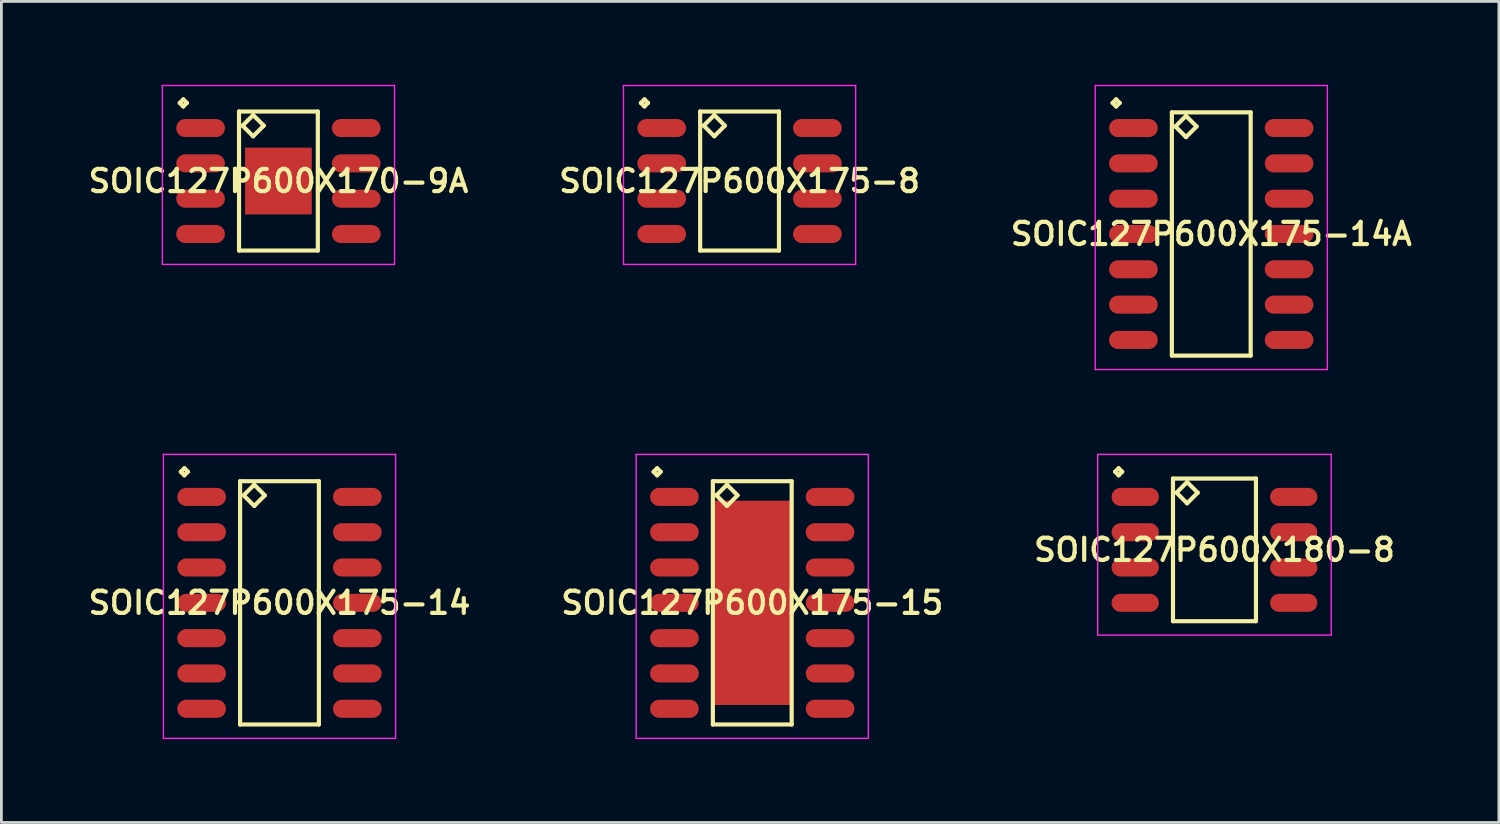
<source format=kicad_pcb>
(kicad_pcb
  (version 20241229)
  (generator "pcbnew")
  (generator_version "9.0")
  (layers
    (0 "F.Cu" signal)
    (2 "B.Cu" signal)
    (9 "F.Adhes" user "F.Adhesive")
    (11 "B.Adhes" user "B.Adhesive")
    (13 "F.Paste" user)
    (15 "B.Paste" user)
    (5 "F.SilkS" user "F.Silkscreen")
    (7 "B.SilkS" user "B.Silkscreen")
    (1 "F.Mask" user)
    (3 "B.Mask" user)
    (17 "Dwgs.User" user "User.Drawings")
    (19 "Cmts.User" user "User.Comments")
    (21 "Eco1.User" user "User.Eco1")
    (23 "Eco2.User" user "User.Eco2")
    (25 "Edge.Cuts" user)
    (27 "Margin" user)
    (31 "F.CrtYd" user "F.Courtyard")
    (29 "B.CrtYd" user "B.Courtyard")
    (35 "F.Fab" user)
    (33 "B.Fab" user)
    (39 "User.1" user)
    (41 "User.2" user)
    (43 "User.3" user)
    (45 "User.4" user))
  (footprint "SOIC127P600X170-9A"
    (layer "F.Cu")
    (at 6.964 3.461)
    (property "Reference" "SOIC127P600X170-9A" (at 0 0 0) (layer "F.SilkS") (effects (font (size 0.8 0.8) (thickness 0.15))))
    (attr smd)
    (fp_line (start -3.548 -2.809) (end -3.421 -2.936) (stroke (width 0.15) (type solid)) (layer "F.SilkS"))
    (fp_line (start -3.421 -2.936) (end -3.294 -2.809) (stroke (width 0.15) (type solid)) (layer "F.SilkS"))
    (fp_line (start -3.421 -2.682) (end -3.548 -2.809) (stroke (width 0.15) (type solid)) (layer "F.SilkS"))
    (fp_line (start -3.294 -2.809) (end -3.421 -2.682) (stroke (width 0.15) (type solid)) (layer "F.SilkS"))
    (fp_line (start -1.417 -2.5) (end -1.417 2.5) (stroke (width 0.15) (type solid)) (layer "F.SilkS"))
    (fp_line (start -1.417 2.5) (end 1.417 2.5) (stroke (width 0.15) (type solid)) (layer "F.SilkS"))
    (fp_line (start -1.29 -1.992) (end -0.909 -2.373) (stroke (width 0.15) (type solid)) (layer "F.SilkS"))
    (fp_line (start -0.909 -2.373) (end -0.528 -1.992) (stroke (width 0.15) (type solid)) (layer "F.SilkS"))
    (fp_line (start -0.909 -1.611) (end -1.29 -1.992) (stroke (width 0.15) (type solid)) (layer "F.SilkS"))
    (fp_line (start -0.528 -1.992) (end -0.909 -1.611) (stroke (width 0.15) (type solid)) (layer "F.SilkS"))
    (fp_line (start 1.417 -2.5) (end -1.417 -2.5) (stroke (width 0.15) (type solid)) (layer "F.SilkS"))
    (fp_line (start 1.417 2.5) (end 1.417 -2.5) (stroke (width 0.15) (type solid)) (layer "F.SilkS"))
    (fp_line (start -4.175 -3.436) (end 4.175 -3.436) (stroke (width 0.05) (type solid)) (layer "F.CrtYd"))
    (fp_line (start -4.175 3) (end -4.175 -3.436) (stroke (width 0.05) (type solid)) (layer "F.CrtYd"))
    (fp_line (start 4.175 -3.436) (end 4.175 3) (stroke (width 0.05) (type solid)) (layer "F.CrtYd"))
    (fp_line (start 4.175 3) (end -4.175 3) (stroke (width 0.05) (type solid)) (layer "F.CrtYd"))
    (pad "1" smd oval (at -2.8 -1.905) (size 1.75 0.65) (layers "F.Cu" "F.Mask" "F.Paste"))
    (pad "2" smd oval (at -2.8 -0.635) (size 1.75 0.65) (layers "F.Cu" "F.Mask" "F.Paste"))
    (pad "3" smd oval (at -2.8 0.635) (size 1.75 0.65) (layers "F.Cu" "F.Mask" "F.Paste"))
    (pad "4" smd oval (at -2.8 1.905) (size 1.75 0.65) (layers "F.Cu" "F.Mask" "F.Paste"))
    (pad "5" smd oval (at 2.8 1.905) (size 1.75 0.65) (layers "F.Cu" "F.Mask" "F.Paste"))
    (pad "6" smd oval (at 2.8 0.635) (size 1.75 0.65) (layers "F.Cu" "F.Mask" "F.Paste"))
    (pad "7" smd oval (at 2.8 -0.635) (size 1.75 0.65) (layers "F.Cu" "F.Mask" "F.Paste"))
    (pad "8" smd oval (at 2.8 -1.905) (size 1.75 0.65) (layers "F.Cu" "F.Mask" "F.Paste"))
    (pad "9" smd rect (at 0 0) (size 2.4 2.4) (layers "F.Cu" "F.Mask" "F.Paste")))
  (footprint "SOIC127P600X180-8"
    (layer "F.Cu")
    (at 40.63 16.727)
    (property "Reference" "SOIC127P600X180-8" (at 0 0 0) (layer "F.SilkS") (effects (font (size 0.8 0.8) (thickness 0.15))))
    (attr smd)
    (fp_line (start -3.573 -2.809) (end -3.446 -2.936) (stroke (width 0.15) (type solid)) (layer "F.SilkS"))
    (fp_line (start -3.446 -2.936) (end -3.319 -2.809) (stroke (width 0.15) (type solid)) (layer "F.SilkS"))
    (fp_line (start -3.446 -2.682) (end -3.573 -2.809) (stroke (width 0.15) (type solid)) (layer "F.SilkS"))
    (fp_line (start -3.319 -2.809) (end -3.446 -2.682) (stroke (width 0.15) (type solid)) (layer "F.SilkS"))
    (fp_line (start -1.492 -2.565) (end -1.492 2.565) (stroke (width 0.15) (type solid)) (layer "F.SilkS"))
    (fp_line (start -1.492 2.565) (end 1.492 2.565) (stroke (width 0.15) (type solid)) (layer "F.SilkS"))
    (fp_line (start -1.365 -2.057) (end -0.984 -2.438) (stroke (width 0.15) (type solid)) (layer "F.SilkS"))
    (fp_line (start -0.984 -2.438) (end -0.603 -2.057) (stroke (width 0.15) (type solid)) (layer "F.SilkS"))
    (fp_line (start -0.984 -1.676) (end -1.365 -2.057) (stroke (width 0.15) (type solid)) (layer "F.SilkS"))
    (fp_line (start -0.603 -2.057) (end -0.984 -1.676) (stroke (width 0.15) (type solid)) (layer "F.SilkS"))
    (fp_line (start 1.492 -2.565) (end -1.492 -2.565) (stroke (width 0.15) (type solid)) (layer "F.SilkS"))
    (fp_line (start 1.492 2.565) (end 1.492 -2.565) (stroke (width 0.15) (type solid)) (layer "F.SilkS"))
    (fp_line (start -4.2 -3.436) (end 4.2 -3.436) (stroke (width 0.05) (type solid)) (layer "F.CrtYd"))
    (fp_line (start -4.2 3.065) (end -4.2 -3.436) (stroke (width 0.05) (type solid)) (layer "F.CrtYd"))
    (fp_line (start 4.2 -3.436) (end 4.2 3.065) (stroke (width 0.05) (type solid)) (layer "F.CrtYd"))
    (fp_line (start 4.2 3.065) (end -4.2 3.065) (stroke (width 0.05) (type solid)) (layer "F.CrtYd"))
    (pad "1" smd oval (at -2.85 -1.905) (size 1.7 0.65) (layers "F.Cu" "F.Mask" "F.Paste"))
    (pad "2" smd oval (at -2.85 -0.635) (size 1.7 0.65) (layers "F.Cu" "F.Mask" "F.Paste"))
    (pad "3" smd oval (at -2.85 0.635) (size 1.7 0.65) (layers "F.Cu" "F.Mask" "F.Paste"))
    (pad "4" smd oval (at -2.85 1.905) (size 1.7 0.65) (layers "F.Cu" "F.Mask" "F.Paste"))
    (pad "5" smd oval (at 2.85 1.905) (size 1.7 0.65) (layers "F.Cu" "F.Mask" "F.Paste"))
    (pad "6" smd oval (at 2.85 0.635) (size 1.7 0.65) (layers "F.Cu" "F.Mask" "F.Paste"))
    (pad "7" smd oval (at 2.85 -0.635) (size 1.7 0.65) (layers "F.Cu" "F.Mask" "F.Paste"))
    (pad "8" smd oval (at 2.85 -1.905) (size 1.7 0.65) (layers "F.Cu" "F.Mask" "F.Paste")))
  (footprint "SOIC127P600X175-14"
    (layer "F.Cu")
    (at 7.002 18.632)
    (property "Reference" "SOIC127P600X175-14" (at 0 0 0) (layer "F.SilkS") (effects (font (size 0.8 0.8) (thickness 0.15))))
    (attr smd)
    (fp_line (start -3.548 -4.714) (end -3.421 -4.841) (stroke (width 0.15) (type solid)) (layer "F.SilkS"))
    (fp_line (start -3.421 -4.841) (end -3.294 -4.714) (stroke (width 0.15) (type solid)) (layer "F.SilkS"))
    (fp_line (start -3.421 -4.587) (end -3.548 -4.714) (stroke (width 0.15) (type solid)) (layer "F.SilkS"))
    (fp_line (start -3.294 -4.714) (end -3.421 -4.587) (stroke (width 0.15) (type solid)) (layer "F.SilkS"))
    (fp_line (start -1.417 -4.375) (end -1.417 4.375) (stroke (width 0.15) (type solid)) (layer "F.SilkS"))
    (fp_line (start -1.417 4.375) (end 1.417 4.375) (stroke (width 0.15) (type solid)) (layer "F.SilkS"))
    (fp_line (start -1.29 -3.867) (end -0.909 -4.248) (stroke (width 0.15) (type solid)) (layer "F.SilkS"))
    (fp_line (start -0.909 -4.248) (end -0.528 -3.867) (stroke (width 0.15) (type solid)) (layer "F.SilkS"))
    (fp_line (start -0.909 -3.486) (end -1.29 -3.867) (stroke (width 0.15) (type solid)) (layer "F.SilkS"))
    (fp_line (start -0.528 -3.867) (end -0.909 -3.486) (stroke (width 0.15) (type solid)) (layer "F.SilkS"))
    (fp_line (start 1.417 -4.375) (end -1.417 -4.375) (stroke (width 0.15) (type solid)) (layer "F.SilkS"))
    (fp_line (start 1.417 4.375) (end 1.417 -4.375) (stroke (width 0.15) (type solid)) (layer "F.SilkS"))
    (fp_line (start -4.175 -5.341) (end 4.175 -5.341) (stroke (width 0.05) (type solid)) (layer "F.CrtYd"))
    (fp_line (start -4.175 4.875) (end -4.175 -5.341) (stroke (width 0.05) (type solid)) (layer "F.CrtYd"))
    (fp_line (start 4.175 -5.341) (end 4.175 4.875) (stroke (width 0.05) (type solid)) (layer "F.CrtYd"))
    (fp_line (start 4.175 4.875) (end -4.175 4.875) (stroke (width 0.05) (type solid)) (layer "F.CrtYd"))
    (pad "1" smd oval (at -2.8 -3.81) (size 1.75 0.65) (layers "F.Cu" "F.Mask" "F.Paste"))
    (pad "2" smd oval (at -2.8 -2.54) (size 1.75 0.65) (layers "F.Cu" "F.Mask" "F.Paste"))
    (pad "3" smd oval (at -2.8 -1.27) (size 1.75 0.65) (layers "F.Cu" "F.Mask" "F.Paste"))
    (pad "4" smd oval (at -2.8 0) (size 1.75 0.65) (layers "F.Cu" "F.Mask" "F.Paste"))
    (pad "5" smd oval (at -2.8 1.27) (size 1.75 0.65) (layers "F.Cu" "F.Mask" "F.Paste"))
    (pad "6" smd oval (at -2.8 2.54) (size 1.75 0.65) (layers "F.Cu" "F.Mask" "F.Paste"))
    (pad "7" smd oval (at -2.8 3.81) (size 1.75 0.65) (layers "F.Cu" "F.Mask" "F.Paste"))
    (pad "8" smd oval (at 2.8 3.81) (size 1.75 0.65) (layers "F.Cu" "F.Mask" "F.Paste"))
    (pad "9" smd oval (at 2.8 2.54) (size 1.75 0.65) (layers "F.Cu" "F.Mask" "F.Paste"))
    (pad "10" smd oval (at 2.8 1.27) (size 1.75 0.65) (layers "F.Cu" "F.Mask" "F.Paste"))
    (pad "11" smd oval (at 2.8 0) (size 1.75 0.65) (layers "F.Cu" "F.Mask" "F.Paste"))
    (pad "12" smd oval (at 2.8 -1.27) (size 1.75 0.65) (layers "F.Cu" "F.Mask" "F.Paste"))
    (pad "13" smd oval (at 2.8 -2.54) (size 1.75 0.65) (layers "F.Cu" "F.Mask" "F.Paste"))
    (pad "14" smd oval (at 2.8 -3.81) (size 1.75 0.65) (layers "F.Cu" "F.Mask" "F.Paste")))
  (footprint "SOIC127P600X175-14A"
    (layer "F.Cu")
    (at 40.515 5.366)
    (property "Reference" "SOIC127P600X175-14A" (at 0 0 0) (layer "F.SilkS") (effects (font (size 0.8 0.8) (thickness 0.15))))
    (attr smd)
    (fp_line (start -3.548 -4.714) (end -3.421 -4.841) (stroke (width 0.15) (type solid)) (layer "F.SilkS"))
    (fp_line (start -3.421 -4.841) (end -3.294 -4.714) (stroke (width 0.15) (type solid)) (layer "F.SilkS"))
    (fp_line (start -3.421 -4.587) (end -3.548 -4.714) (stroke (width 0.15) (type solid)) (layer "F.SilkS"))
    (fp_line (start -3.294 -4.714) (end -3.421 -4.587) (stroke (width 0.15) (type solid)) (layer "F.SilkS"))
    (fp_line (start -1.417 -4.375) (end -1.417 4.375) (stroke (width 0.15) (type solid)) (layer "F.SilkS"))
    (fp_line (start -1.417 4.375) (end 1.417 4.375) (stroke (width 0.15) (type solid)) (layer "F.SilkS"))
    (fp_line (start -1.29 -3.867) (end -0.909 -4.248) (stroke (width 0.15) (type solid)) (layer "F.SilkS"))
    (fp_line (start -0.909 -4.248) (end -0.528 -3.867) (stroke (width 0.15) (type solid)) (layer "F.SilkS"))
    (fp_line (start -0.909 -3.486) (end -1.29 -3.867) (stroke (width 0.15) (type solid)) (layer "F.SilkS"))
    (fp_line (start -0.528 -3.867) (end -0.909 -3.486) (stroke (width 0.15) (type solid)) (layer "F.SilkS"))
    (fp_line (start 1.417 -4.375) (end -1.417 -4.375) (stroke (width 0.15) (type solid)) (layer "F.SilkS"))
    (fp_line (start 1.417 4.375) (end 1.417 -4.375) (stroke (width 0.15) (type solid)) (layer "F.SilkS"))
    (fp_line (start -4.175 -5.341) (end 4.175 -5.341) (stroke (width 0.05) (type solid)) (layer "F.CrtYd"))
    (fp_line (start -4.175 4.875) (end -4.175 -5.341) (stroke (width 0.05) (type solid)) (layer "F.CrtYd"))
    (fp_line (start 4.175 -5.341) (end 4.175 4.875) (stroke (width 0.05) (type solid)) (layer "F.CrtYd"))
    (fp_line (start 4.175 4.875) (end -4.175 4.875) (stroke (width 0.05) (type solid)) (layer "F.CrtYd"))
    (pad "1" smd oval (at -2.8 -3.81) (size 1.75 0.65) (layers "F.Cu" "F.Mask" "F.Paste"))
    (pad "2" smd oval (at -2.8 -2.54) (size 1.75 0.65) (layers "F.Cu" "F.Mask" "F.Paste"))
    (pad "3" smd oval (at -2.8 -1.27) (size 1.75 0.65) (layers "F.Cu" "F.Mask" "F.Paste"))
    (pad "4" smd oval (at -2.8 0) (size 1.75 0.65) (layers "F.Cu" "F.Mask" "F.Paste"))
    (pad "5" smd oval (at -2.8 1.27) (size 1.75 0.65) (layers "F.Cu" "F.Mask" "F.Paste"))
    (pad "6" smd oval (at -2.8 2.54) (size 1.75 0.65) (layers "F.Cu" "F.Mask" "F.Paste"))
    (pad "7" smd oval (at -2.8 3.81) (size 1.75 0.65) (layers "F.Cu" "F.Mask" "F.Paste"))
    (pad "8" smd oval (at 2.8 3.81) (size 1.75 0.65) (layers "F.Cu" "F.Mask" "F.Paste"))
    (pad "9" smd oval (at 2.8 2.54) (size 1.75 0.65) (layers "F.Cu" "F.Mask" "F.Paste"))
    (pad "10" smd oval (at 2.8 1.27) (size 1.75 0.65) (layers "F.Cu" "F.Mask" "F.Paste"))
    (pad "11" smd oval (at 2.8 0) (size 1.75 0.65) (layers "F.Cu" "F.Mask" "F.Paste"))
    (pad "12" smd oval (at 2.8 -1.27) (size 1.75 0.65) (layers "F.Cu" "F.Mask" "F.Paste"))
    (pad "13" smd oval (at 2.8 -2.54) (size 1.75 0.65) (layers "F.Cu" "F.Mask" "F.Paste"))
    (pad "14" smd oval (at 2.8 -3.81) (size 1.75 0.65) (layers "F.Cu" "F.Mask" "F.Paste")))
  (footprint "SOIC127P600X175-15"
    (layer "F.Cu")
    (at 24.006 18.632)
    (property "Reference" "SOIC127P600X175-15" (at 0 0 0) (layer "F.SilkS") (effects (font (size 0.8 0.8) (thickness 0.15))))
    (attr smd)
    (fp_line (start -3.548 -4.714) (end -3.421 -4.841) (stroke (width 0.15) (type solid)) (layer "F.SilkS"))
    (fp_line (start -3.421 -4.841) (end -3.294 -4.714) (stroke (width 0.15) (type solid)) (layer "F.SilkS"))
    (fp_line (start -3.421 -4.587) (end -3.548 -4.714) (stroke (width 0.15) (type solid)) (layer "F.SilkS"))
    (fp_line (start -3.294 -4.714) (end -3.421 -4.587) (stroke (width 0.15) (type solid)) (layer "F.SilkS"))
    (fp_line (start -1.417 -4.375) (end -1.417 4.375) (stroke (width 0.15) (type solid)) (layer "F.SilkS"))
    (fp_line (start -1.417 4.375) (end 1.417 4.375) (stroke (width 0.15) (type solid)) (layer "F.SilkS"))
    (fp_line (start -1.29 -3.867) (end -0.909 -4.248) (stroke (width 0.15) (type solid)) (layer "F.SilkS"))
    (fp_line (start -0.909 -4.248) (end -0.528 -3.867) (stroke (width 0.15) (type solid)) (layer "F.SilkS"))
    (fp_line (start -0.909 -3.486) (end -1.29 -3.867) (stroke (width 0.15) (type solid)) (layer "F.SilkS"))
    (fp_line (start -0.528 -3.867) (end -0.909 -3.486) (stroke (width 0.15) (type solid)) (layer "F.SilkS"))
    (fp_line (start 1.417 -4.375) (end -1.417 -4.375) (stroke (width 0.15) (type solid)) (layer "F.SilkS"))
    (fp_line (start 1.417 4.375) (end 1.417 -4.375) (stroke (width 0.15) (type solid)) (layer "F.SilkS"))
    (fp_line (start -4.175 -5.341) (end 4.175 -5.341) (stroke (width 0.05) (type solid)) (layer "F.CrtYd"))
    (fp_line (start -4.175 4.875) (end -4.175 -5.341) (stroke (width 0.05) (type solid)) (layer "F.CrtYd"))
    (fp_line (start 4.175 -5.341) (end 4.175 4.875) (stroke (width 0.05) (type solid)) (layer "F.CrtYd"))
    (fp_line (start 4.175 4.875) (end -4.175 4.875) (stroke (width 0.05) (type solid)) (layer "F.CrtYd"))
    (pad "1" smd oval (at -2.8 -3.81) (size 1.75 0.65) (layers "F.Cu" "F.Mask" "F.Paste"))
    (pad "2" smd oval (at -2.8 -2.54) (size 1.75 0.65) (layers "F.Cu" "F.Mask" "F.Paste"))
    (pad "3" smd oval (at -2.8 -1.27) (size 1.75 0.65) (layers "F.Cu" "F.Mask" "F.Paste"))
    (pad "4" smd oval (at -2.8 0) (size 1.75 0.65) (layers "F.Cu" "F.Mask" "F.Paste"))
    (pad "5" smd oval (at -2.8 1.27) (size 1.75 0.65) (layers "F.Cu" "F.Mask" "F.Paste"))
    (pad "6" smd oval (at -2.8 2.54) (size 1.75 0.65) (layers "F.Cu" "F.Mask" "F.Paste"))
    (pad "7" smd oval (at -2.8 3.81) (size 1.75 0.65) (layers "F.Cu" "F.Mask" "F.Paste"))
    (pad "8" smd oval (at 2.8 3.81) (size 1.75 0.65) (layers "F.Cu" "F.Mask" "F.Paste"))
    (pad "9" smd oval (at 2.8 2.54) (size 1.75 0.65) (layers "F.Cu" "F.Mask" "F.Paste"))
    (pad "10" smd oval (at 2.8 1.27) (size 1.75 0.65) (layers "F.Cu" "F.Mask" "F.Paste"))
    (pad "11" smd oval (at 2.8 0) (size 1.75 0.65) (layers "F.Cu" "F.Mask" "F.Paste"))
    (pad "12" smd oval (at 2.8 -1.27) (size 1.75 0.65) (layers "F.Cu" "F.Mask" "F.Paste"))
    (pad "13" smd oval (at 2.8 -2.54) (size 1.75 0.65) (layers "F.Cu" "F.Mask" "F.Paste"))
    (pad "14" smd oval (at 2.8 -3.81) (size 1.75 0.65) (layers "F.Cu" "F.Mask" "F.Paste"))
    (pad "15" smd rect (at 0 0) (size 2.75 7.35) (layers "F.Cu" "F.Mask" "F.Paste")))
  (footprint "SOIC127P600X175-8"
    (layer "F.Cu")
    (at 23.549 3.461)
    (property "Reference" "SOIC127P600X175-8" (at 0 0 0) (layer "F.SilkS") (effects (font (size 0.8 0.8) (thickness 0.15))))
    (attr smd)
    (fp_line (start -3.548 -2.809) (end -3.421 -2.936) (stroke (width 0.15) (type solid)) (layer "F.SilkS"))
    (fp_line (start -3.421 -2.936) (end -3.294 -2.809) (stroke (width 0.15) (type solid)) (layer "F.SilkS"))
    (fp_line (start -3.421 -2.682) (end -3.548 -2.809) (stroke (width 0.15) (type solid)) (layer "F.SilkS"))
    (fp_line (start -3.294 -2.809) (end -3.421 -2.682) (stroke (width 0.15) (type solid)) (layer "F.SilkS"))
    (fp_line (start -1.417 -2.5) (end -1.417 2.5) (stroke (width 0.15) (type solid)) (layer "F.SilkS"))
    (fp_line (start -1.417 2.5) (end 1.417 2.5) (stroke (width 0.15) (type solid)) (layer "F.SilkS"))
    (fp_line (start -1.29 -1.992) (end -0.909 -2.373) (stroke (width 0.15) (type solid)) (layer "F.SilkS"))
    (fp_line (start -0.909 -2.373) (end -0.528 -1.992) (stroke (width 0.15) (type solid)) (layer "F.SilkS"))
    (fp_line (start -0.909 -1.611) (end -1.29 -1.992) (stroke (width 0.15) (type solid)) (layer "F.SilkS"))
    (fp_line (start -0.528 -1.992) (end -0.909 -1.611) (stroke (width 0.15) (type solid)) (layer "F.SilkS"))
    (fp_line (start 1.417 -2.5) (end -1.417 -2.5) (stroke (width 0.15) (type solid)) (layer "F.SilkS"))
    (fp_line (start 1.417 2.5) (end 1.417 -2.5) (stroke (width 0.15) (type solid)) (layer "F.SilkS"))
    (fp_line (start -4.175 -3.436) (end 4.175 -3.436) (stroke (width 0.05) (type solid)) (layer "F.CrtYd"))
    (fp_line (start -4.175 3) (end -4.175 -3.436) (stroke (width 0.05) (type solid)) (layer "F.CrtYd"))
    (fp_line (start 4.175 -3.436) (end 4.175 3) (stroke (width 0.05) (type solid)) (layer "F.CrtYd"))
    (fp_line (start 4.175 3) (end -4.175 3) (stroke (width 0.05) (type solid)) (layer "F.CrtYd"))
    (pad "1" smd oval (at -2.8 -1.905) (size 1.75 0.65) (layers "F.Cu" "F.Mask" "F.Paste"))
    (pad "2" smd oval (at -2.8 -0.635) (size 1.75 0.65) (layers "F.Cu" "F.Mask" "F.Paste"))
    (pad "3" smd oval (at -2.8 0.635) (size 1.75 0.65) (layers "F.Cu" "F.Mask" "F.Paste"))
    (pad "4" smd oval (at -2.8 1.905) (size 1.75 0.65) (layers "F.Cu" "F.Mask" "F.Paste"))
    (pad "5" smd oval (at 2.8 1.905) (size 1.75 0.65) (layers "F.Cu" "F.Mask" "F.Paste"))
    (pad "6" smd oval (at 2.8 0.635) (size 1.75 0.65) (layers "F.Cu" "F.Mask" "F.Paste"))
    (pad "7" smd oval (at 2.8 -0.635) (size 1.75 0.65) (layers "F.Cu" "F.Mask" "F.Paste"))
    (pad "8" smd oval (at 2.8 -1.905) (size 1.75 0.65) (layers "F.Cu" "F.Mask" "F.Paste")))
  (gr_rect
    (start -3 -3)
    (end 50.86 26.532)
    (stroke (width 0.1) (type default))
    (fill no)
    (layer "Edge.Cuts")))
</source>
